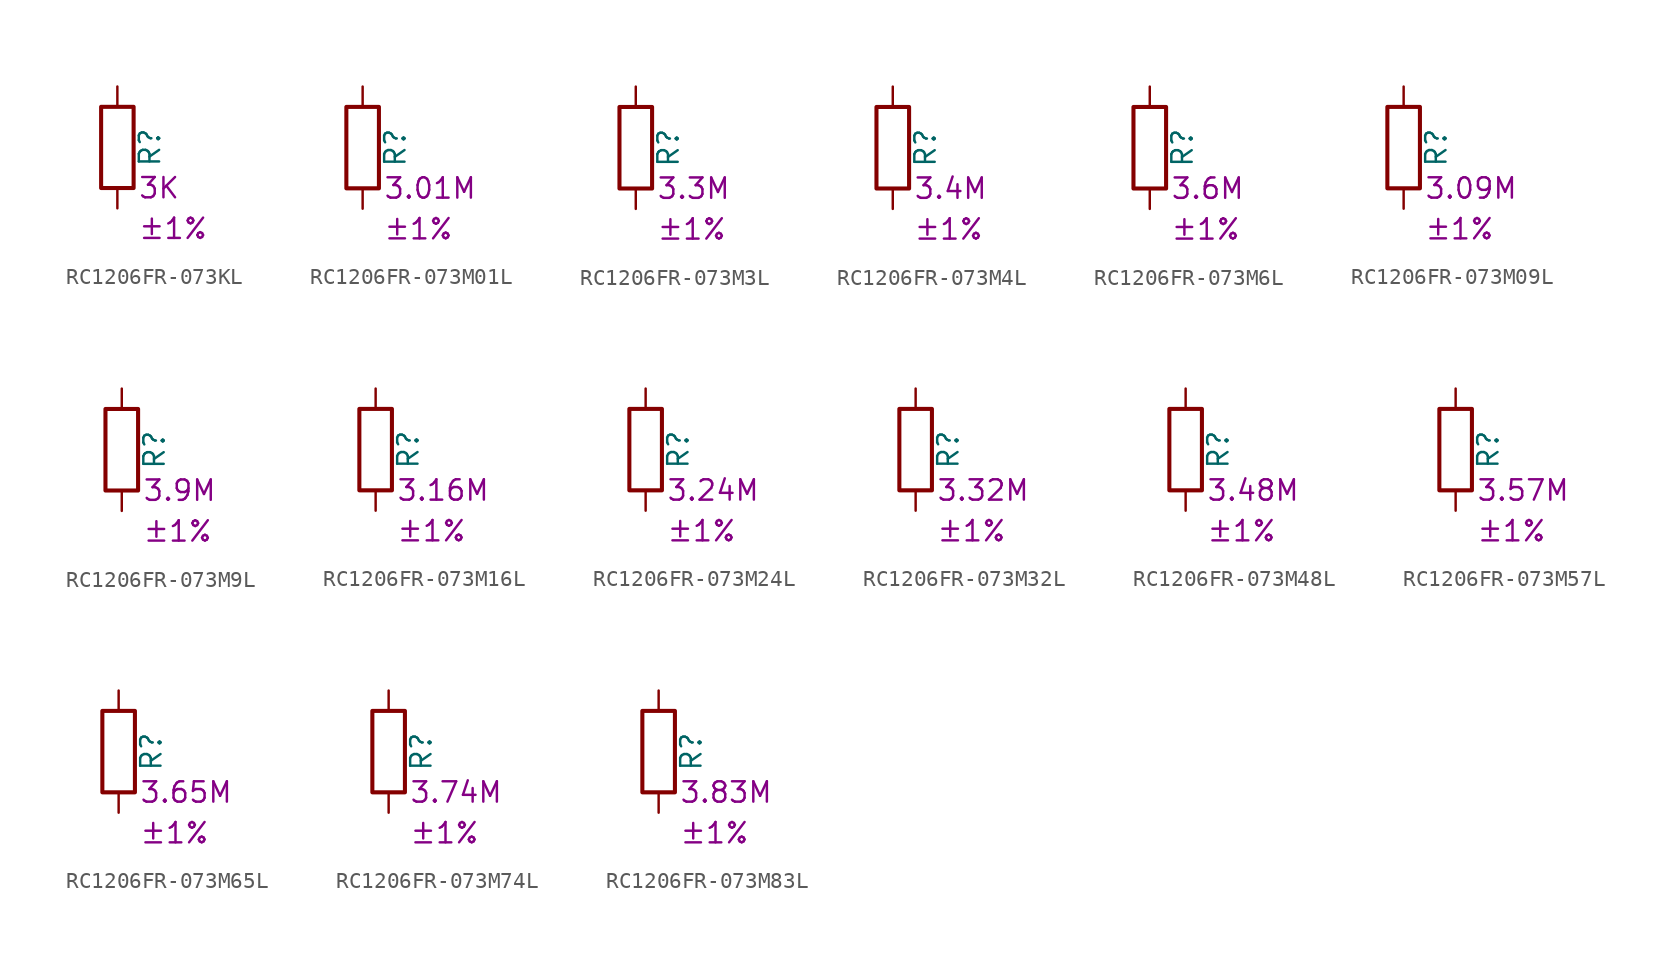
<source format=kicad_sym>
(kicad_symbol_lib
  (version 20220914)
  (generator kicad_symbol_editor)
  (symbol "RC1206FR-073KL"
    (pin_numbers hide)
    (pin_names
      (offset 0))
    (property "Reference" "R"
      (at 2.032 0 90)
      (effects (font (size 1.27 1.27))))
    (property "Resistance" "3K"
      (at 1.27 -2.54 0)
      (effects (font (size 1.27 1.27)) (justify left)))
    (property "Tolerance" "±1%"
      (at 1.27 -5.08 0)
      (effects (font (size 1.27 1.27)) (justify left)))
    (symbol "RC1206FR-073KL_0_1"
      (rectangle (start -1.016 -2.54) (end 1.016 2.54) (stroke (width 0.254) (type default)) (fill (type none))))
    (symbol "RC1206FR-073KL_1_1"
      (pin passive line (at 0 3.81 270) (length 1.27) (name "~" (effects (font (size 1.27 1.27)))) (number "1" (effects (font (size 1.27 1.27)))))
      (pin passive line (at 0 -3.81 90) (length 1.27) (name "~" (effects (font (size 1.27 1.27)))) (number "2" (effects (font (size 1.27 1.27)))))))
  (symbol "RC1206FR-073M01L"
    (pin_numbers hide)
    (pin_names
      (offset 0))
    (property "Reference" "R"
      (at 2.032 0 90)
      (effects (font (size 1.27 1.27))))
    (property "Resistance" "3.01M"
      (at 1.27 -2.54 0)
      (effects (font (size 1.27 1.27)) (justify left)))
    (property "Tolerance" "±1%"
      (at 1.27 -5.08 0)
      (effects (font (size 1.27 1.27)) (justify left)))
    (symbol "RC1206FR-073M01L_0_1"
      (rectangle (start -1.016 -2.54) (end 1.016 2.54) (stroke (width 0.254) (type default)) (fill (type none))))
    (symbol "RC1206FR-073M01L_1_1"
      (pin passive line (at 0 3.81 270) (length 1.27) (name "~" (effects (font (size 1.27 1.27)))) (number "1" (effects (font (size 1.27 1.27)))))
      (pin passive line (at 0 -3.81 90) (length 1.27) (name "~" (effects (font (size 1.27 1.27)))) (number "2" (effects (font (size 1.27 1.27)))))))
  (symbol "RC1206FR-073M3L"
    (pin_numbers hide)
    (pin_names
      (offset 0))
    (property "Reference" "R"
      (at 2.032 0 90)
      (effects (font (size 1.27 1.27))))
    (property "Resistance" "3.3M"
      (at 1.27 -2.54 0)
      (effects (font (size 1.27 1.27)) (justify left)))
    (property "Tolerance" "±1%"
      (at 1.27 -5.08 0)
      (effects (font (size 1.27 1.27)) (justify left)))
    (symbol "RC1206FR-073M3L_0_1"
      (rectangle (start -1.016 -2.54) (end 1.016 2.54) (stroke (width 0.254) (type default)) (fill (type none))))
    (symbol "RC1206FR-073M3L_1_1"
      (pin passive line (at 0 3.81 270) (length 1.27) (name "~" (effects (font (size 1.27 1.27)))) (number "1" (effects (font (size 1.27 1.27)))))
      (pin passive line (at 0 -3.81 90) (length 1.27) (name "~" (effects (font (size 1.27 1.27)))) (number "2" (effects (font (size 1.27 1.27)))))))
  (symbol "RC1206FR-073M4L"
    (pin_numbers hide)
    (pin_names
      (offset 0))
    (property "Reference" "R"
      (at 2.032 0 90)
      (effects (font (size 1.27 1.27))))
    (property "Resistance" "3.4M"
      (at 1.27 -2.54 0)
      (effects (font (size 1.27 1.27)) (justify left)))
    (property "Tolerance" "±1%"
      (at 1.27 -5.08 0)
      (effects (font (size 1.27 1.27)) (justify left)))
    (symbol "RC1206FR-073M4L_0_1"
      (rectangle (start -1.016 -2.54) (end 1.016 2.54) (stroke (width 0.254) (type default)) (fill (type none))))
    (symbol "RC1206FR-073M4L_1_1"
      (pin passive line (at 0 3.81 270) (length 1.27) (name "~" (effects (font (size 1.27 1.27)))) (number "1" (effects (font (size 1.27 1.27)))))
      (pin passive line (at 0 -3.81 90) (length 1.27) (name "~" (effects (font (size 1.27 1.27)))) (number "2" (effects (font (size 1.27 1.27)))))))
  (symbol "RC1206FR-073M6L"
    (pin_numbers hide)
    (pin_names
      (offset 0))
    (property "Reference" "R"
      (at 2.032 0 90)
      (effects (font (size 1.27 1.27))))
    (property "Resistance" "3.6M"
      (at 1.27 -2.54 0)
      (effects (font (size 1.27 1.27)) (justify left)))
    (property "Tolerance" "±1%"
      (at 1.27 -5.08 0)
      (effects (font (size 1.27 1.27)) (justify left)))
    (symbol "RC1206FR-073M6L_0_1"
      (rectangle (start -1.016 -2.54) (end 1.016 2.54) (stroke (width 0.254) (type default)) (fill (type none))))
    (symbol "RC1206FR-073M6L_1_1"
      (pin passive line (at 0 3.81 270) (length 1.27) (name "~" (effects (font (size 1.27 1.27)))) (number "1" (effects (font (size 1.27 1.27)))))
      (pin passive line (at 0 -3.81 90) (length 1.27) (name "~" (effects (font (size 1.27 1.27)))) (number "2" (effects (font (size 1.27 1.27)))))))
  (symbol "RC1206FR-073M09L"
    (pin_numbers hide)
    (pin_names
      (offset 0))
    (property "Reference" "R"
      (at 2.032 0 90)
      (effects (font (size 1.27 1.27))))
    (property "Resistance" "3.09M"
      (at 1.27 -2.54 0)
      (effects (font (size 1.27 1.27)) (justify left)))
    (property "Tolerance" "±1%"
      (at 1.27 -5.08 0)
      (effects (font (size 1.27 1.27)) (justify left)))
    (symbol "RC1206FR-073M09L_0_1"
      (rectangle (start -1.016 -2.54) (end 1.016 2.54) (stroke (width 0.254) (type default)) (fill (type none))))
    (symbol "RC1206FR-073M09L_1_1"
      (pin passive line (at 0 3.81 270) (length 1.27) (name "~" (effects (font (size 1.27 1.27)))) (number "1" (effects (font (size 1.27 1.27)))))
      (pin passive line (at 0 -3.81 90) (length 1.27) (name "~" (effects (font (size 1.27 1.27)))) (number "2" (effects (font (size 1.27 1.27)))))))
  (symbol "RC1206FR-073M9L"
    (pin_numbers hide)
    (pin_names
      (offset 0))
    (property "Reference" "R"
      (at 2.032 0 90)
      (effects (font (size 1.27 1.27))))
    (property "Resistance" "3.9M"
      (at 1.27 -2.54 0)
      (effects (font (size 1.27 1.27)) (justify left)))
    (property "Tolerance" "±1%"
      (at 1.27 -5.08 0)
      (effects (font (size 1.27 1.27)) (justify left)))
    (symbol "RC1206FR-073M9L_0_1"
      (rectangle (start -1.016 -2.54) (end 1.016 2.54) (stroke (width 0.254) (type default)) (fill (type none))))
    (symbol "RC1206FR-073M9L_1_1"
      (pin passive line (at 0 3.81 270) (length 1.27) (name "~" (effects (font (size 1.27 1.27)))) (number "1" (effects (font (size 1.27 1.27)))))
      (pin passive line (at 0 -3.81 90) (length 1.27) (name "~" (effects (font (size 1.27 1.27)))) (number "2" (effects (font (size 1.27 1.27)))))))
  (symbol "RC1206FR-073M16L"
    (pin_numbers hide)
    (pin_names
      (offset 0))
    (property "Reference" "R"
      (at 2.032 0 90)
      (effects (font (size 1.27 1.27))))
    (property "Resistance" "3.16M"
      (at 1.27 -2.54 0)
      (effects (font (size 1.27 1.27)) (justify left)))
    (property "Tolerance" "±1%"
      (at 1.27 -5.08 0)
      (effects (font (size 1.27 1.27)) (justify left)))
    (symbol "RC1206FR-073M16L_0_1"
      (rectangle (start -1.016 -2.54) (end 1.016 2.54) (stroke (width 0.254) (type default)) (fill (type none))))
    (symbol "RC1206FR-073M16L_1_1"
      (pin passive line (at 0 3.81 270) (length 1.27) (name "~" (effects (font (size 1.27 1.27)))) (number "1" (effects (font (size 1.27 1.27)))))
      (pin passive line (at 0 -3.81 90) (length 1.27) (name "~" (effects (font (size 1.27 1.27)))) (number "2" (effects (font (size 1.27 1.27)))))))
  (symbol "RC1206FR-073M24L"
    (pin_numbers hide)
    (pin_names
      (offset 0))
    (property "Reference" "R"
      (at 2.032 0 90)
      (effects (font (size 1.27 1.27))))
    (property "Resistance" "3.24M"
      (at 1.27 -2.54 0)
      (effects (font (size 1.27 1.27)) (justify left)))
    (property "Tolerance" "±1%"
      (at 1.27 -5.08 0)
      (effects (font (size 1.27 1.27)) (justify left)))
    (symbol "RC1206FR-073M24L_0_1"
      (rectangle (start -1.016 -2.54) (end 1.016 2.54) (stroke (width 0.254) (type default)) (fill (type none))))
    (symbol "RC1206FR-073M24L_1_1"
      (pin passive line (at 0 3.81 270) (length 1.27) (name "~" (effects (font (size 1.27 1.27)))) (number "1" (effects (font (size 1.27 1.27)))))
      (pin passive line (at 0 -3.81 90) (length 1.27) (name "~" (effects (font (size 1.27 1.27)))) (number "2" (effects (font (size 1.27 1.27)))))))
  (symbol "RC1206FR-073M32L"
    (pin_numbers hide)
    (pin_names
      (offset 0))
    (property "Reference" "R"
      (at 2.032 0 90)
      (effects (font (size 1.27 1.27))))
    (property "Resistance" "3.32M"
      (at 1.27 -2.54 0)
      (effects (font (size 1.27 1.27)) (justify left)))
    (property "Tolerance" "±1%"
      (at 1.27 -5.08 0)
      (effects (font (size 1.27 1.27)) (justify left)))
    (symbol "RC1206FR-073M32L_0_1"
      (rectangle (start -1.016 -2.54) (end 1.016 2.54) (stroke (width 0.254) (type default)) (fill (type none))))
    (symbol "RC1206FR-073M32L_1_1"
      (pin passive line (at 0 3.81 270) (length 1.27) (name "~" (effects (font (size 1.27 1.27)))) (number "1" (effects (font (size 1.27 1.27)))))
      (pin passive line (at 0 -3.81 90) (length 1.27) (name "~" (effects (font (size 1.27 1.27)))) (number "2" (effects (font (size 1.27 1.27)))))))
  (symbol "RC1206FR-073M48L"
    (pin_numbers hide)
    (pin_names
      (offset 0))
    (property "Reference" "R"
      (at 2.032 0 90)
      (effects (font (size 1.27 1.27))))
    (property "Resistance" "3.48M"
      (at 1.27 -2.54 0)
      (effects (font (size 1.27 1.27)) (justify left)))
    (property "Tolerance" "±1%"
      (at 1.27 -5.08 0)
      (effects (font (size 1.27 1.27)) (justify left)))
    (symbol "RC1206FR-073M48L_0_1"
      (rectangle (start -1.016 -2.54) (end 1.016 2.54) (stroke (width 0.254) (type default)) (fill (type none))))
    (symbol "RC1206FR-073M48L_1_1"
      (pin passive line (at 0 3.81 270) (length 1.27) (name "~" (effects (font (size 1.27 1.27)))) (number "1" (effects (font (size 1.27 1.27)))))
      (pin passive line (at 0 -3.81 90) (length 1.27) (name "~" (effects (font (size 1.27 1.27)))) (number "2" (effects (font (size 1.27 1.27)))))))
  (symbol "RC1206FR-073M57L"
    (pin_numbers hide)
    (pin_names
      (offset 0))
    (property "Reference" "R"
      (at 2.032 0 90)
      (effects (font (size 1.27 1.27))))
    (property "Resistance" "3.57M"
      (at 1.27 -2.54 0)
      (effects (font (size 1.27 1.27)) (justify left)))
    (property "Tolerance" "±1%"
      (at 1.27 -5.08 0)
      (effects (font (size 1.27 1.27)) (justify left)))
    (symbol "RC1206FR-073M57L_0_1"
      (rectangle (start -1.016 -2.54) (end 1.016 2.54) (stroke (width 0.254) (type default)) (fill (type none))))
    (symbol "RC1206FR-073M57L_1_1"
      (pin passive line (at 0 3.81 270) (length 1.27) (name "~" (effects (font (size 1.27 1.27)))) (number "1" (effects (font (size 1.27 1.27)))))
      (pin passive line (at 0 -3.81 90) (length 1.27) (name "~" (effects (font (size 1.27 1.27)))) (number "2" (effects (font (size 1.27 1.27)))))))
  (symbol "RC1206FR-073M65L"
    (pin_numbers hide)
    (pin_names
      (offset 0))
    (property "Reference" "R"
      (at 2.032 0 90)
      (effects (font (size 1.27 1.27))))
    (property "Resistance" "3.65M"
      (at 1.27 -2.54 0)
      (effects (font (size 1.27 1.27)) (justify left)))
    (property "Tolerance" "±1%"
      (at 1.27 -5.08 0)
      (effects (font (size 1.27 1.27)) (justify left)))
    (symbol "RC1206FR-073M65L_0_1"
      (rectangle (start -1.016 -2.54) (end 1.016 2.54) (stroke (width 0.254) (type default)) (fill (type none))))
    (symbol "RC1206FR-073M65L_1_1"
      (pin passive line (at 0 3.81 270) (length 1.27) (name "~" (effects (font (size 1.27 1.27)))) (number "1" (effects (font (size 1.27 1.27)))))
      (pin passive line (at 0 -3.81 90) (length 1.27) (name "~" (effects (font (size 1.27 1.27)))) (number "2" (effects (font (size 1.27 1.27)))))))
  (symbol "RC1206FR-073M74L"
    (pin_numbers hide)
    (pin_names
      (offset 0))
    (property "Reference" "R"
      (at 2.032 0 90)
      (effects (font (size 1.27 1.27))))
    (property "Resistance" "3.74M"
      (at 1.27 -2.54 0)
      (effects (font (size 1.27 1.27)) (justify left)))
    (property "Tolerance" "±1%"
      (at 1.27 -5.08 0)
      (effects (font (size 1.27 1.27)) (justify left)))
    (symbol "RC1206FR-073M74L_0_1"
      (rectangle (start -1.016 -2.54) (end 1.016 2.54) (stroke (width 0.254) (type default)) (fill (type none))))
    (symbol "RC1206FR-073M74L_1_1"
      (pin passive line (at 0 3.81 270) (length 1.27) (name "~" (effects (font (size 1.27 1.27)))) (number "1" (effects (font (size 1.27 1.27)))))
      (pin passive line (at 0 -3.81 90) (length 1.27) (name "~" (effects (font (size 1.27 1.27)))) (number "2" (effects (font (size 1.27 1.27)))))))
  (symbol "RC1206FR-073M83L"
    (pin_numbers hide)
    (pin_names
      (offset 0))
    (property "Reference" "R"
      (at 2.032 0 90)
      (effects (font (size 1.27 1.27))))
    (property "Resistance" "3.83M"
      (at 1.27 -2.54 0)
      (effects (font (size 1.27 1.27)) (justify left)))
    (property "Tolerance" "±1%"
      (at 1.27 -5.08 0)
      (effects (font (size 1.27 1.27)) (justify left)))
    (symbol "RC1206FR-073M83L_0_1"
      (rectangle (start -1.016 -2.54) (end 1.016 2.54) (stroke (width 0.254) (type default)) (fill (type none))))
    (symbol "RC1206FR-073M83L_1_1"
      (pin passive line (at 0 3.81 270) (length 1.27) (name "~" (effects (font (size 1.27 1.27)))) (number "1" (effects (font (size 1.27 1.27)))))
      (pin passive line (at 0 -3.81 90) (length 1.27) (name "~" (effects (font (size 1.27 1.27)))) (number "2" (effects (font (size 1.27 1.27))))))))
</source>
